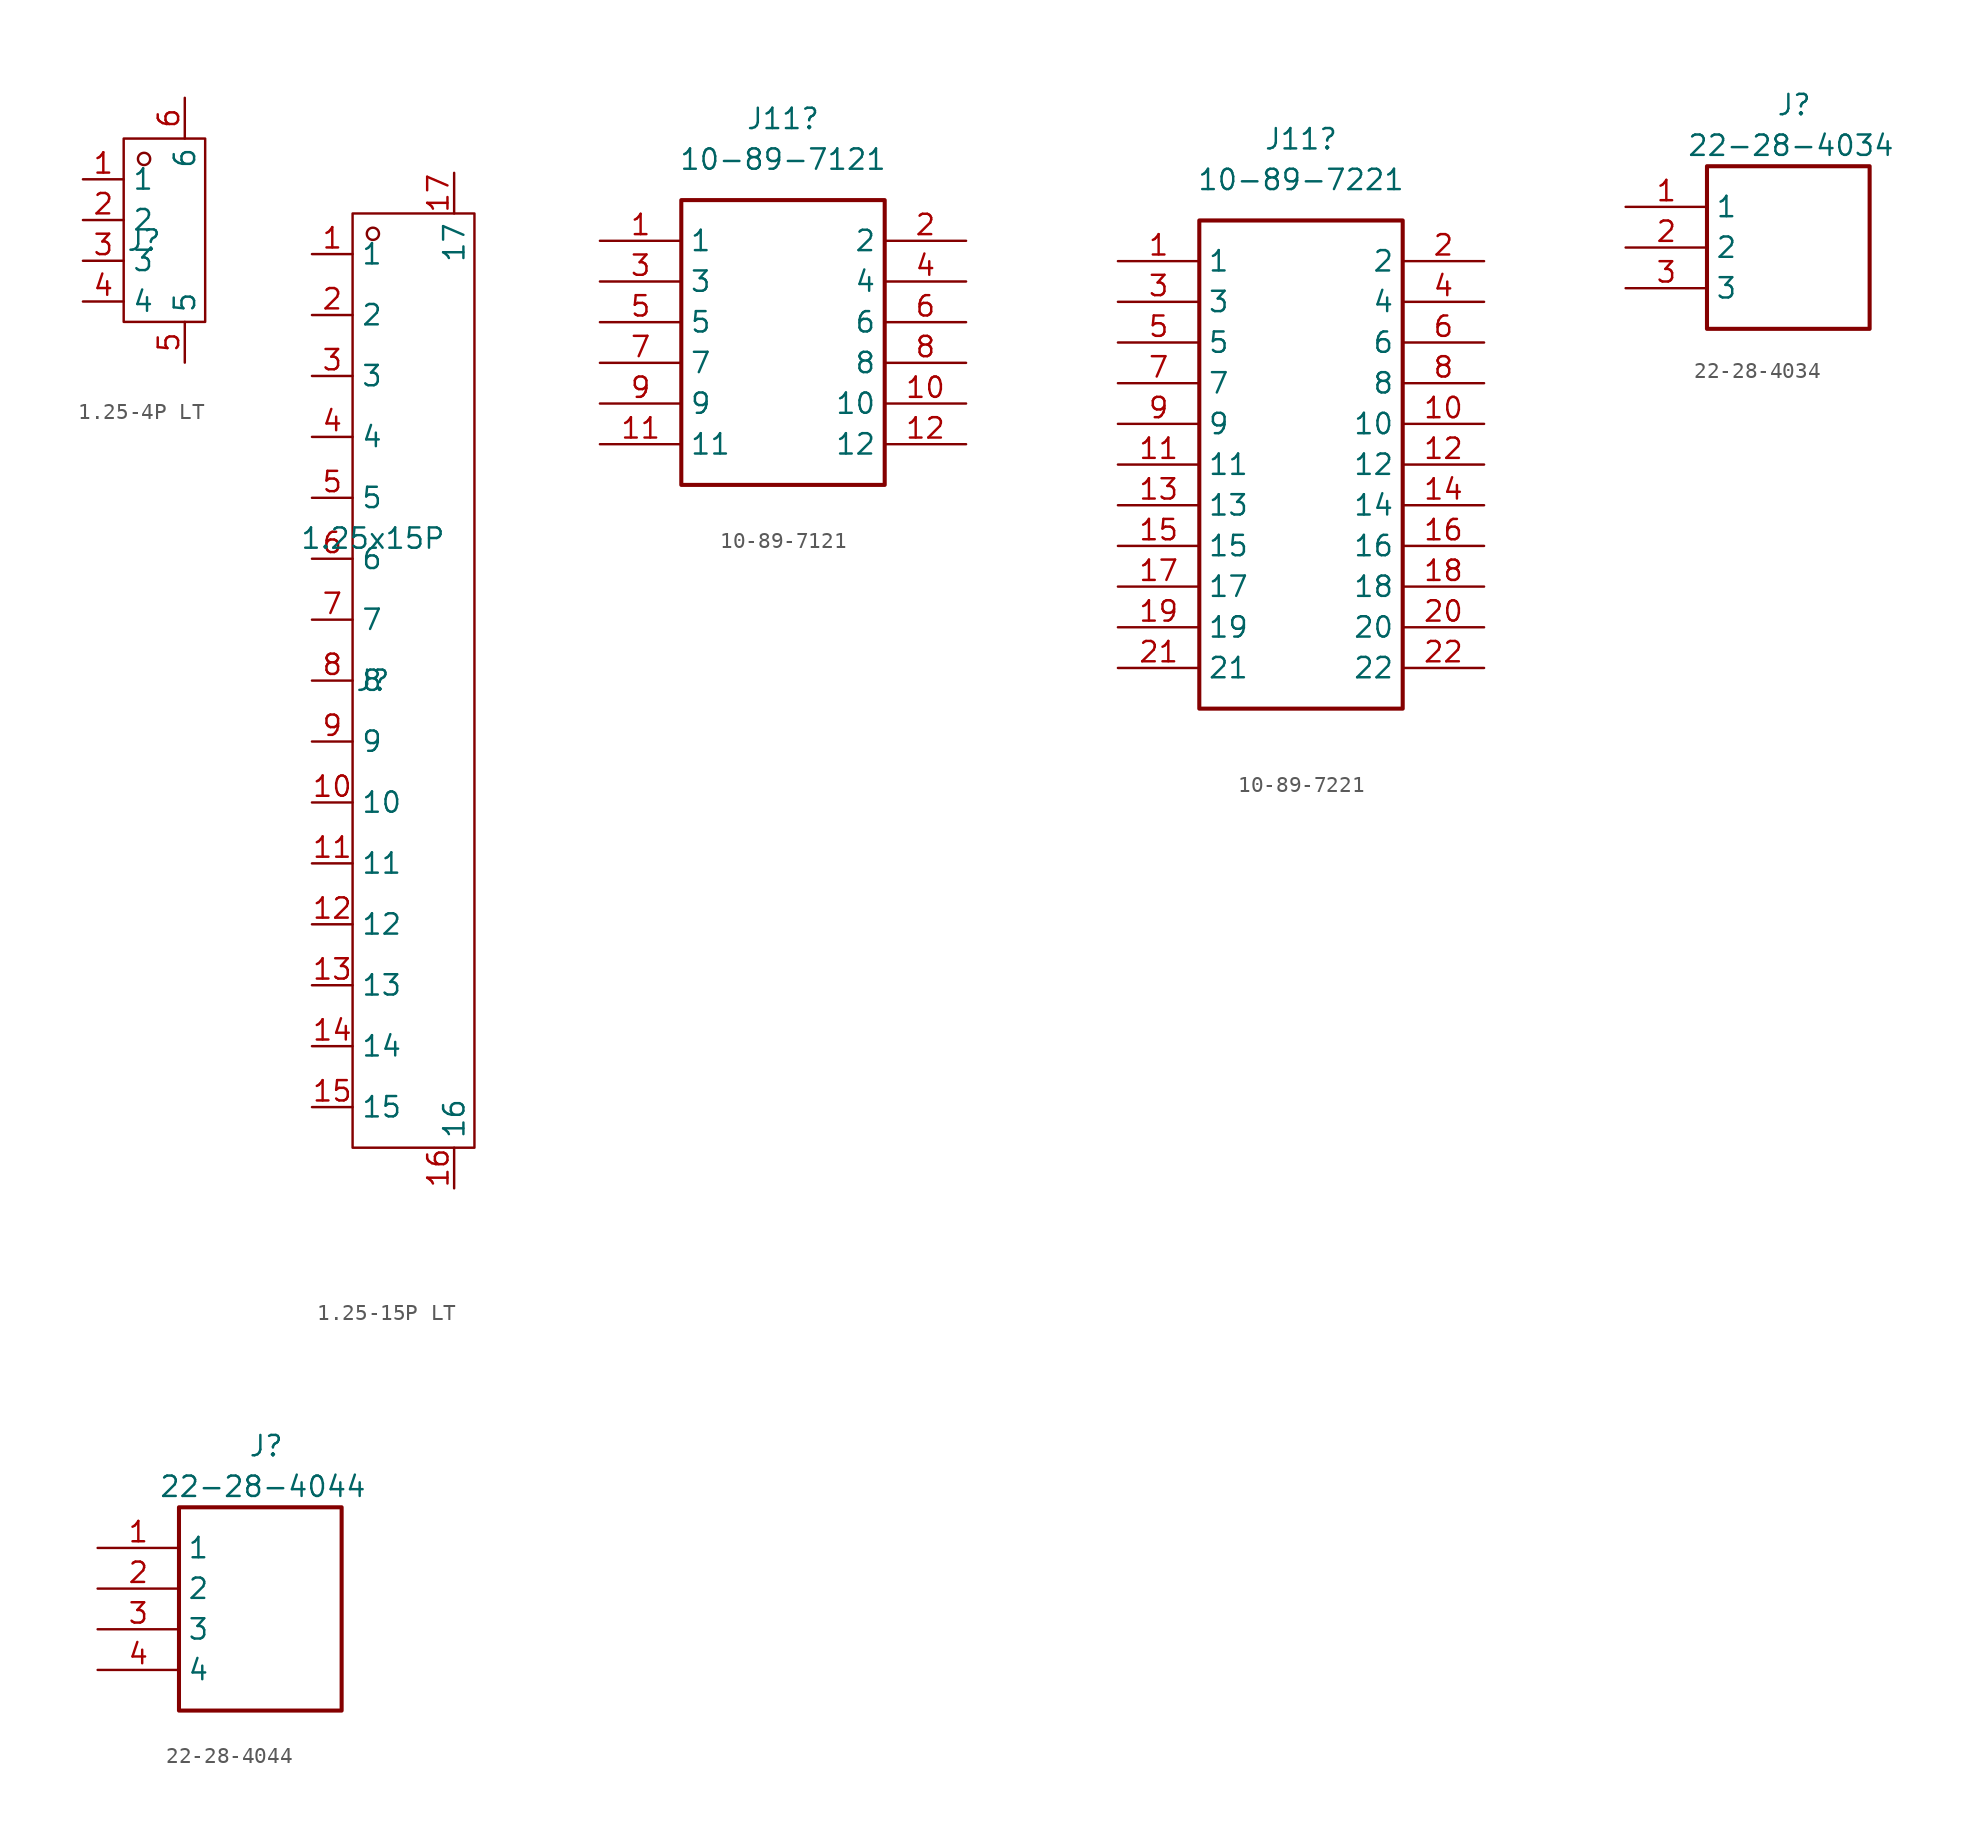
<source format=kicad_sym>
(kicad_symbol_lib
  (version 20241209)
  (generator "kicad_symbol_editor")
  (generator_version "9.0")
  (symbol "1.25-4P LT"
    (property "Reference" "J"
      (at 0 0 0)
      (effects (font (size 1.27 1.27))))
    (property "Value" ""
      (at 0 0 0)
      (effects (font (size 1.27 1.27))))
    (symbol "1.25-4P LT_1_0"
      (rectangle (start -1.27 -5.08) (end 3.81 6.35) (stroke (width 0) (type default)) (fill (type none)))
      (circle (center 0 5.08) (radius 0.381) (stroke (width 0) (type default)) (fill (type none)))
      (pin passive line (at -3.81 3.81 0) (length 2.54) (name "1" (effects (font (size 1.27 1.27)))) (number "1" (effects (font (size 1.27 1.27)))))
      (pin passive line (at -3.81 1.27 0) (length 2.54) (name "2" (effects (font (size 1.27 1.27)))) (number "2" (effects (font (size 1.27 1.27)))))
      (pin passive line (at -3.81 -1.27 0) (length 2.54) (name "3" (effects (font (size 1.27 1.27)))) (number "3" (effects (font (size 1.27 1.27)))))
      (pin passive line (at -3.81 -3.81 0) (length 2.54) (name "4" (effects (font (size 1.27 1.27)))) (number "4" (effects (font (size 1.27 1.27)))))
      (pin passive line (at 2.54 8.89 270) (length 2.54) (name "6" (effects (font (size 1.27 1.27)))) (number "6" (effects (font (size 1.27 1.27)))))
      (pin passive line (at 2.54 -7.62 90) (length 2.54) (name "5" (effects (font (size 1.27 1.27)))) (number "5" (effects (font (size 1.27 1.27)))))))
  (symbol "1.25-15P LT"
    (property "Reference" "J"
      (at 0 -8.89 0)
      (effects (font (size 1.27 1.27))))
    (property "Value" "1.25x15P"
      (at 0 0 0)
      (effects (font (size 1.27 1.27))))
    (symbol "1.25-15P LT_1_0"
      (rectangle (start -1.27 20.32) (end 6.35 -38.1) (stroke (width 0) (type default)) (fill (type none)))
      (circle (center 0 19.05) (radius 0.381) (stroke (width 0) (type default)) (fill (type none)))
      (pin passive line (at -3.81 17.78 0) (length 2.54) (name "1" (effects (font (size 1.27 1.27)))) (number "1" (effects (font (size 1.27 1.27)))))
      (pin passive line (at -3.81 13.97 0) (length 2.54) (name "2" (effects (font (size 1.27 1.27)))) (number "2" (effects (font (size 1.27 1.27)))))
      (pin passive line (at -3.81 10.16 0) (length 2.54) (name "3" (effects (font (size 1.27 1.27)))) (number "3" (effects (font (size 1.27 1.27)))))
      (pin passive line (at -3.81 6.35 0) (length 2.54) (name "4" (effects (font (size 1.27 1.27)))) (number "4" (effects (font (size 1.27 1.27)))))
      (pin passive line (at -3.81 2.54 0) (length 2.54) (name "5" (effects (font (size 1.27 1.27)))) (number "5" (effects (font (size 1.27 1.27)))))
      (pin passive line (at -3.81 -1.27 0) (length 2.54) (name "6" (effects (font (size 1.27 1.27)))) (number "6" (effects (font (size 1.27 1.27)))))
      (pin passive line (at -3.81 -5.08 0) (length 2.54) (name "7" (effects (font (size 1.27 1.27)))) (number "7" (effects (font (size 1.27 1.27)))))
      (pin passive line (at -3.81 -8.89 0) (length 2.54) (name "8" (effects (font (size 1.27 1.27)))) (number "8" (effects (font (size 1.27 1.27)))))
      (pin passive line (at -3.81 -12.7 0) (length 2.54) (name "9" (effects (font (size 1.27 1.27)))) (number "9" (effects (font (size 1.27 1.27)))))
      (pin passive line (at -3.81 -16.51 0) (length 2.54) (name "10" (effects (font (size 1.27 1.27)))) (number "10" (effects (font (size 1.27 1.27)))))
      (pin passive line (at -3.81 -20.32 0) (length 2.54) (name "11" (effects (font (size 1.27 1.27)))) (number "11" (effects (font (size 1.27 1.27)))))
      (pin passive line (at -3.81 -24.13 0) (length 2.54) (name "12" (effects (font (size 1.27 1.27)))) (number "12" (effects (font (size 1.27 1.27)))))
      (pin passive line (at -3.81 -27.94 0) (length 2.54) (name "13" (effects (font (size 1.27 1.27)))) (number "13" (effects (font (size 1.27 1.27)))))
      (pin passive line (at -3.81 -31.75 0) (length 2.54) (name "14" (effects (font (size 1.27 1.27)))) (number "14" (effects (font (size 1.27 1.27)))))
      (pin passive line (at -3.81 -35.56 0) (length 2.54) (name "15" (effects (font (size 1.27 1.27)))) (number "15" (effects (font (size 1.27 1.27)))))
      (pin passive line (at 5.08 22.86 270) (length 2.54) (name "17" (effects (font (size 1.27 1.27)))) (number "17" (effects (font (size 1.27 1.27)))))
      (pin passive line (at 5.08 -40.64 90) (length 2.54) (name "16" (effects (font (size 1.27 1.27)))) (number "16" (effects (font (size 1.27 1.27)))))))
  (symbol "10-89-7121"
    (property "Reference" "J11"
      (at 0 20.32 0)
      (effects (font (size 1.27 1.27))))
    (property "Value" "10-89-7121"
      (at 0 17.78 0)
      (effects (font (size 1.27 1.27))))
    (symbol "10-89-7121_1_1"
      (rectangle (start -6.35 15.24) (end 6.35 -2.54) (stroke (width 0.254) (type default)) (fill (type none)))
      (pin passive line (at -11.43 12.7 0) (length 5.08) (name "1" (effects (font (size 1.27 1.27)))) (number "1" (effects (font (size 1.27 1.27)))))
      (pin passive line (at -11.43 10.16 0) (length 5.08) (name "3" (effects (font (size 1.27 1.27)))) (number "3" (effects (font (size 1.27 1.27)))))
      (pin passive line (at -11.43 7.62 0) (length 5.08) (name "5" (effects (font (size 1.27 1.27)))) (number "5" (effects (font (size 1.27 1.27)))))
      (pin passive line (at -11.43 5.08 0) (length 5.08) (name "7" (effects (font (size 1.27 1.27)))) (number "7" (effects (font (size 1.27 1.27)))))
      (pin passive line (at -11.43 2.54 0) (length 5.08) (name "9" (effects (font (size 1.27 1.27)))) (number "9" (effects (font (size 1.27 1.27)))))
      (pin passive line (at -11.43 0 0) (length 5.08) (name "11" (effects (font (size 1.27 1.27)))) (number "11" (effects (font (size 1.27 1.27)))))
      (pin passive line (at 11.43 12.7 180) (length 5.08) (name "2" (effects (font (size 1.27 1.27)))) (number "2" (effects (font (size 1.27 1.27)))))
      (pin passive line (at 11.43 10.16 180) (length 5.08) (name "4" (effects (font (size 1.27 1.27)))) (number "4" (effects (font (size 1.27 1.27)))))
      (pin passive line (at 11.43 7.62 180) (length 5.08) (name "6" (effects (font (size 1.27 1.27)))) (number "6" (effects (font (size 1.27 1.27)))))
      (pin passive line (at 11.43 5.08 180) (length 5.08) (name "8" (effects (font (size 1.27 1.27)))) (number "8" (effects (font (size 1.27 1.27)))))
      (pin passive line (at 11.43 2.54 180) (length 5.08) (name "10" (effects (font (size 1.27 1.27)))) (number "10" (effects (font (size 1.27 1.27)))))
      (pin passive line (at 11.43 0 180) (length 5.08) (name "12" (effects (font (size 1.27 1.27)))) (number "12" (effects (font (size 1.27 1.27)))))))
  (symbol "10-89-7221"
    (property "Reference" "J11"
      (at 0 20.32 0)
      (effects (font (size 1.27 1.27))))
    (property "Value" "10-89-7221"
      (at 0 17.78 0)
      (effects (font (size 1.27 1.27))))
    (symbol "10-89-7221_1_1"
      (rectangle (start -6.35 15.24) (end 6.35 -15.24) (stroke (width 0.254) (type default)) (fill (type none)))
      (pin passive line (at -11.43 12.7 0) (length 5.08) (name "1" (effects (font (size 1.27 1.27)))) (number "1" (effects (font (size 1.27 1.27)))))
      (pin passive line (at -11.43 10.16 0) (length 5.08) (name "3" (effects (font (size 1.27 1.27)))) (number "3" (effects (font (size 1.27 1.27)))))
      (pin passive line (at -11.43 7.62 0) (length 5.08) (name "5" (effects (font (size 1.27 1.27)))) (number "5" (effects (font (size 1.27 1.27)))))
      (pin passive line (at -11.43 5.08 0) (length 5.08) (name "7" (effects (font (size 1.27 1.27)))) (number "7" (effects (font (size 1.27 1.27)))))
      (pin passive line (at -11.43 2.54 0) (length 5.08) (name "9" (effects (font (size 1.27 1.27)))) (number "9" (effects (font (size 1.27 1.27)))))
      (pin passive line (at -11.43 0 0) (length 5.08) (name "11" (effects (font (size 1.27 1.27)))) (number "11" (effects (font (size 1.27 1.27)))))
      (pin passive line (at -11.43 -2.54 0) (length 5.08) (name "13" (effects (font (size 1.27 1.27)))) (number "13" (effects (font (size 1.27 1.27)))))
      (pin passive line (at -11.43 -5.08 0) (length 5.08) (name "15" (effects (font (size 1.27 1.27)))) (number "15" (effects (font (size 1.27 1.27)))))
      (pin passive line (at -11.43 -7.62 0) (length 5.08) (name "17" (effects (font (size 1.27 1.27)))) (number "17" (effects (font (size 1.27 1.27)))))
      (pin passive line (at -11.43 -10.16 0) (length 5.08) (name "19" (effects (font (size 1.27 1.27)))) (number "19" (effects (font (size 1.27 1.27)))))
      (pin passive line (at -11.43 -12.7 0) (length 5.08) (name "21" (effects (font (size 1.27 1.27)))) (number "21" (effects (font (size 1.27 1.27)))))
      (pin passive line (at 11.43 12.7 180) (length 5.08) (name "2" (effects (font (size 1.27 1.27)))) (number "2" (effects (font (size 1.27 1.27)))))
      (pin passive line (at 11.43 10.16 180) (length 5.08) (name "4" (effects (font (size 1.27 1.27)))) (number "4" (effects (font (size 1.27 1.27)))))
      (pin passive line (at 11.43 7.62 180) (length 5.08) (name "6" (effects (font (size 1.27 1.27)))) (number "6" (effects (font (size 1.27 1.27)))))
      (pin passive line (at 11.43 5.08 180) (length 5.08) (name "8" (effects (font (size 1.27 1.27)))) (number "8" (effects (font (size 1.27 1.27)))))
      (pin passive line (at 11.43 2.54 180) (length 5.08) (name "10" (effects (font (size 1.27 1.27)))) (number "10" (effects (font (size 1.27 1.27)))))
      (pin passive line (at 11.43 0 180) (length 5.08) (name "12" (effects (font (size 1.27 1.27)))) (number "12" (effects (font (size 1.27 1.27)))))
      (pin passive line (at 11.43 -2.54 180) (length 5.08) (name "14" (effects (font (size 1.27 1.27)))) (number "14" (effects (font (size 1.27 1.27)))))
      (pin passive line (at 11.43 -5.08 180) (length 5.08) (name "16" (effects (font (size 1.27 1.27)))) (number "16" (effects (font (size 1.27 1.27)))))
      (pin passive line (at 11.43 -7.62 180) (length 5.08) (name "18" (effects (font (size 1.27 1.27)))) (number "18" (effects (font (size 1.27 1.27)))))
      (pin passive line (at 11.43 -10.16 180) (length 5.08) (name "20" (effects (font (size 1.27 1.27)))) (number "20" (effects (font (size 1.27 1.27)))))
      (pin passive line (at 11.43 -12.7 180) (length 5.08) (name "22" (effects (font (size 1.27 1.27)))) (number "22" (effects (font (size 1.27 1.27)))))))
  (symbol "22-28-4034"
    (property "Reference" "J"
      (at -0.762 9.652 0)
      (effects (font (size 1.27 1.27)) (justify left top)))
    (property "Value" "22-28-4034"
      (at -6.35 7.112 0)
      (effects (font (size 1.27 1.27)) (justify left top)))
    (symbol "22-28-4034_1_1"
      (rectangle (start -5.08 5.08) (end 5.08 -5.08) (stroke (width 0.254) (type default)) (fill (type none)))
      (pin passive line (at -10.16 2.54 0) (length 5.08) (name "1" (effects (font (size 1.27 1.27)))) (number "1" (effects (font (size 1.27 1.27)))))
      (pin passive line (at -10.16 0 0) (length 5.08) (name "2" (effects (font (size 1.27 1.27)))) (number "2" (effects (font (size 1.27 1.27)))))
      (pin passive line (at -10.16 -2.54 0) (length 5.08) (name "3" (effects (font (size 1.27 1.27)))) (number "3" (effects (font (size 1.27 1.27)))))))
  (symbol "22-28-4044"
    (property "Reference" "J"
      (at -0.762 9.652 0)
      (effects (font (size 1.27 1.27)) (justify left top)))
    (property "Value" "22-28-4044"
      (at -6.35 7.112 0)
      (effects (font (size 1.27 1.27)) (justify left top)))
    (symbol "22-28-4044_1_1"
      (rectangle (start -5.08 5.08) (end 5.08 -7.62) (stroke (width 0.254) (type default)) (fill (type none)))
      (pin passive line (at -10.16 2.54 0) (length 5.08) (name "1" (effects (font (size 1.27 1.27)))) (number "1" (effects (font (size 1.27 1.27)))))
      (pin passive line (at -10.16 0 0) (length 5.08) (name "2" (effects (font (size 1.27 1.27)))) (number "2" (effects (font (size 1.27 1.27)))))
      (pin passive line (at -10.16 -2.54 0) (length 5.08) (name "3" (effects (font (size 1.27 1.27)))) (number "3" (effects (font (size 1.27 1.27)))))
      (pin passive line (at -10.16 -5.08 0) (length 5.08) (name "4" (effects (font (size 1.27 1.27)))) (number "4" (effects (font (size 1.27 1.27))))))))
</source>
